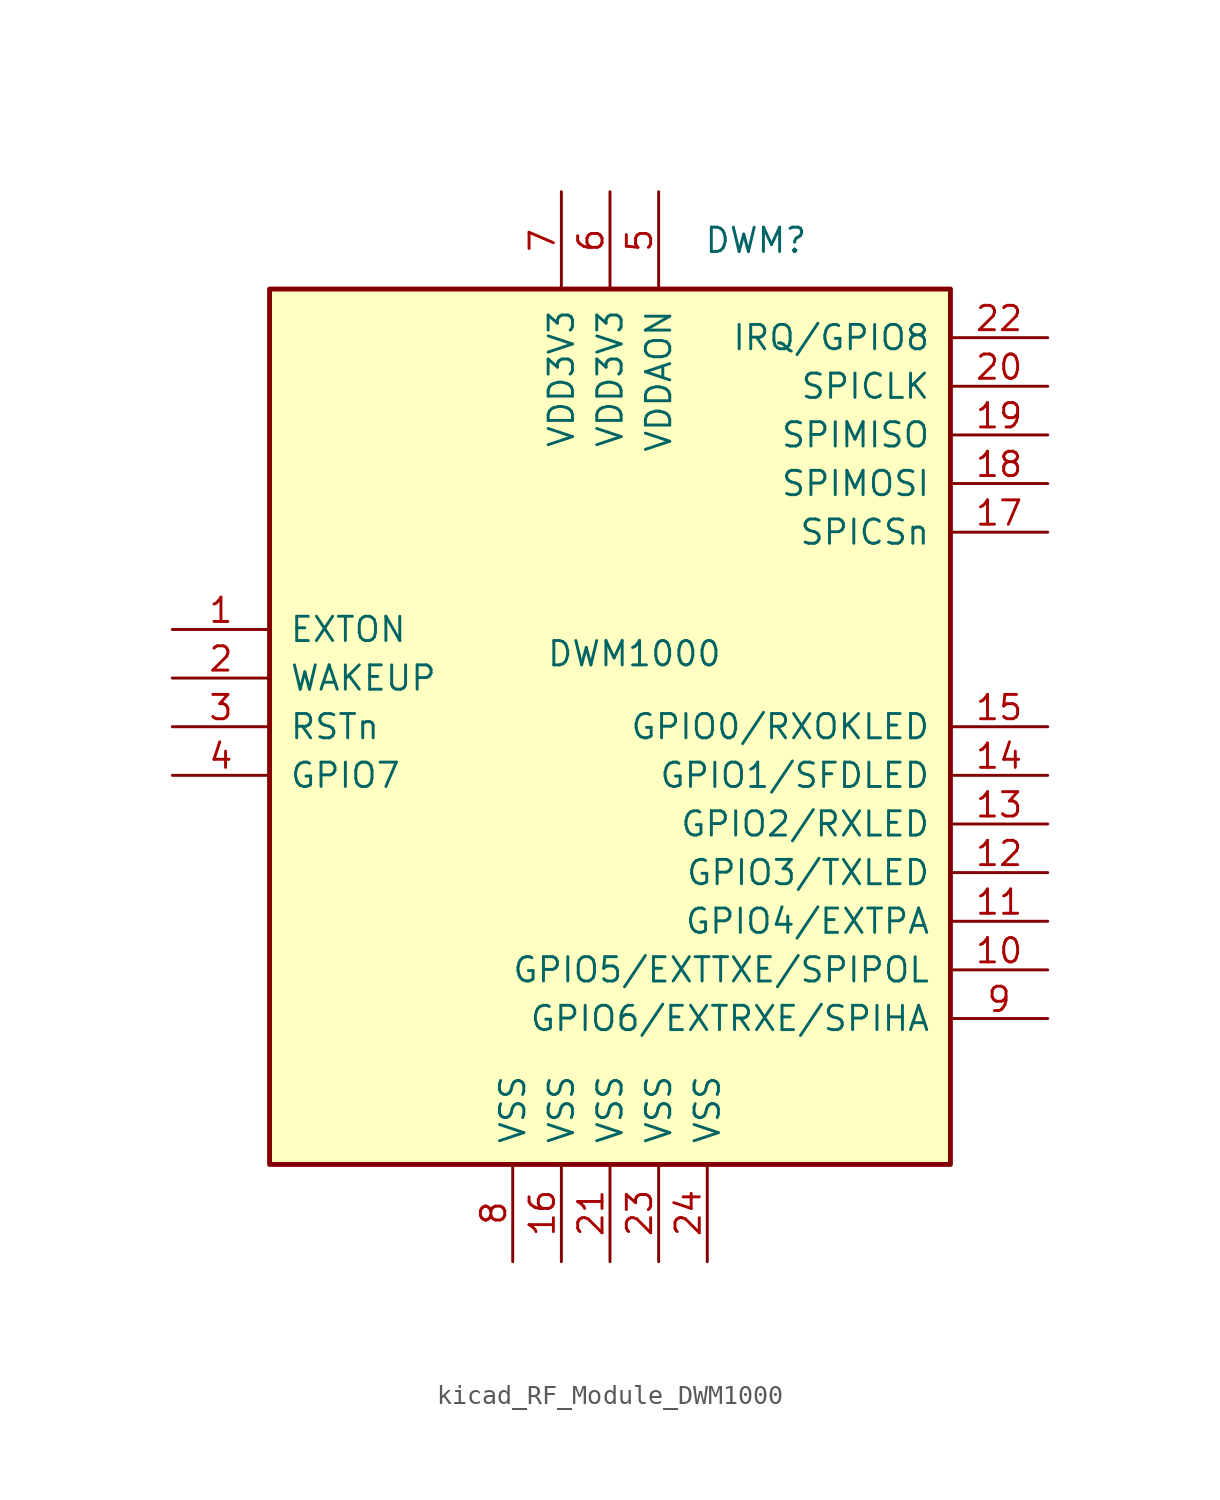
<source format=kicad_sym>
(kicad_symbol_lib
  (version 20220914)
  (generator kicad_symbol_editor)
  (symbol "kicad_RF_Module_DWM1000"
    (pin_names
      (offset 1.016))
    (property "Reference" "DWM"
      (at 7.62 25.4 0)
      (effects (font (size 1.27 1.27))))
    (property "Value" "DWM1000"
      (at 1.27 3.81 0)
      (effects (font (size 1.27 1.27))))
    (symbol "kicad_RF_Module_DWM1000_0_1"
      (rectangle (start 17.78 22.86) (end -17.78 -22.86) (stroke (width 0.254) (type default)) (fill (type background))))
    (symbol "kicad_RF_Module_DWM1000_1_1"
      (pin output line (at -22.86 5.08 0) (length 5.08) (name "EXTON" (effects (font (size 1.27 1.27)))) (number "1" (effects (font (size 1.27 1.27)))))
      (pin bidirectional line (at 22.86 -12.7 180) (length 5.08) (name "GPIO5/EXTTXE/SPIPOL" (effects (font (size 1.27 1.27)))) (number "10" (effects (font (size 1.27 1.27)))))
      (pin bidirectional line (at 22.86 -10.16 180) (length 5.08) (name "GPIO4/EXTPA" (effects (font (size 1.27 1.27)))) (number "11" (effects (font (size 1.27 1.27)))))
      (pin bidirectional line (at 22.86 -7.62 180) (length 5.08) (name "GPIO3/TXLED" (effects (font (size 1.27 1.27)))) (number "12" (effects (font (size 1.27 1.27)))))
      (pin bidirectional line (at 22.86 -5.08 180) (length 5.08) (name "GPIO2/RXLED" (effects (font (size 1.27 1.27)))) (number "13" (effects (font (size 1.27 1.27)))))
      (pin bidirectional line (at 22.86 -2.54 180) (length 5.08) (name "GPIO1/SFDLED" (effects (font (size 1.27 1.27)))) (number "14" (effects (font (size 1.27 1.27)))))
      (pin bidirectional line (at 22.86 0 180) (length 5.08) (name "GPIO0/RXOKLED" (effects (font (size 1.27 1.27)))) (number "15" (effects (font (size 1.27 1.27)))))
      (pin power_in line (at -2.54 -27.94 90) (length 5.08) (name "VSS" (effects (font (size 1.27 1.27)))) (number "16" (effects (font (size 1.27 1.27)))))
      (pin input line (at 22.86 10.16 180) (length 5.08) (name "SPICSn" (effects (font (size 1.27 1.27)))) (number "17" (effects (font (size 1.27 1.27)))))
      (pin input line (at 22.86 12.7 180) (length 5.08) (name "SPIMOSI" (effects (font (size 1.27 1.27)))) (number "18" (effects (font (size 1.27 1.27)))))
      (pin output line (at 22.86 15.24 180) (length 5.08) (name "SPIMISO" (effects (font (size 1.27 1.27)))) (number "19" (effects (font (size 1.27 1.27)))))
      (pin bidirectional line (at -22.86 2.54 0) (length 5.08) (name "WAKEUP" (effects (font (size 1.27 1.27)))) (number "2" (effects (font (size 1.27 1.27)))))
      (pin input line (at 22.86 17.78 180) (length 5.08) (name "SPICLK" (effects (font (size 1.27 1.27)))) (number "20" (effects (font (size 1.27 1.27)))))
      (pin power_in line (at 0 -27.94 90) (length 5.08) (name "VSS" (effects (font (size 1.27 1.27)))) (number "21" (effects (font (size 1.27 1.27)))))
      (pin bidirectional line (at 22.86 20.32 180) (length 5.08) (name "IRQ/GPIO8" (effects (font (size 1.27 1.27)))) (number "22" (effects (font (size 1.27 1.27)))))
      (pin power_in line (at 2.54 -27.94 90) (length 5.08) (name "VSS" (effects (font (size 1.27 1.27)))) (number "23" (effects (font (size 1.27 1.27)))))
      (pin power_in line (at 5.08 -27.94 90) (length 5.08) (name "VSS" (effects (font (size 1.27 1.27)))) (number "24" (effects (font (size 1.27 1.27)))))
      (pin bidirectional line (at -22.86 0 0) (length 5.08) (name "RSTn" (effects (font (size 1.27 1.27)))) (number "3" (effects (font (size 1.27 1.27)))))
      (pin bidirectional line (at -22.86 -2.54 0) (length 5.08) (name "GPIO7" (effects (font (size 1.27 1.27)))) (number "4" (effects (font (size 1.27 1.27)))))
      (pin power_in line (at 2.54 27.94 270) (length 5.08) (name "VDDAON" (effects (font (size 1.27 1.27)))) (number "5" (effects (font (size 1.27 1.27)))))
      (pin power_in line (at 0 27.94 270) (length 5.08) (name "VDD3V3" (effects (font (size 1.27 1.27)))) (number "6" (effects (font (size 1.27 1.27)))))
      (pin power_in line (at -2.54 27.94 270) (length 5.08) (name "VDD3V3" (effects (font (size 1.27 1.27)))) (number "7" (effects (font (size 1.27 1.27)))))
      (pin power_in line (at -5.08 -27.94 90) (length 5.08) (name "VSS" (effects (font (size 1.27 1.27)))) (number "8" (effects (font (size 1.27 1.27)))))
      (pin bidirectional line (at 22.86 -15.24 180) (length 5.08) (name "GPIO6/EXTRXE/SPIHA" (effects (font (size 1.27 1.27)))) (number "9" (effects (font (size 1.27 1.27))))))))
</source>
